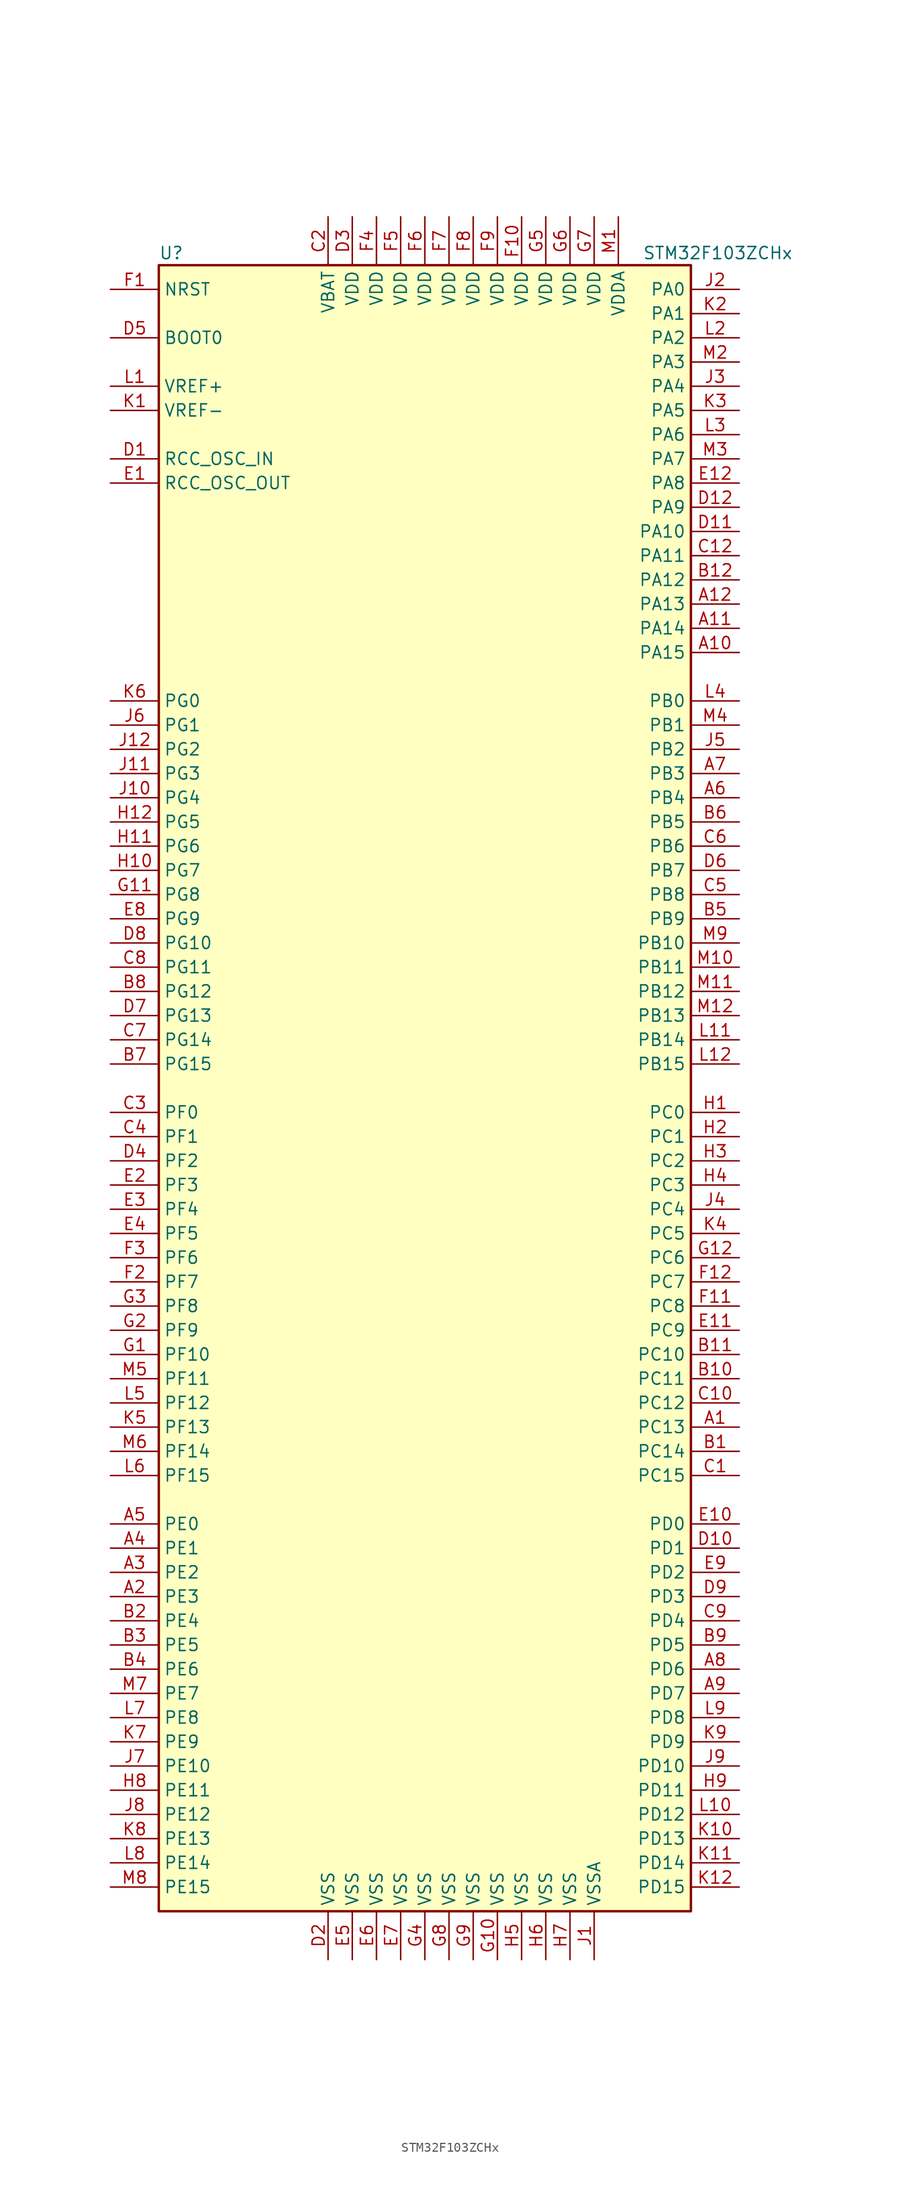
<source format=kicad_sym>
(kicad_symbol_lib
  (version 20211014)
  (generator kicad_symbol_editor)
  (symbol "STM32F103ZCHx"
    (property "Reference" "U"
      (at -27.94 87.63 0)
      (effects (font (size 1.27 1.27)) (justify left)))
    (property "Value" "STM32F103ZCHx"
      (at 22.86 87.63 0)
      (effects (font (size 1.27 1.27)) (justify left)))
    (symbol "STM32F103ZCHx_0_1"
      (rectangle (start -27.94 -86.36) (end 27.94 86.36) (stroke (width 0.254) (type default) (color 0 0 0 0)) (fill (type background))))
    (symbol "STM32F103ZCHx_1_1"
      (pin bidirectional line (at 33.02 -35.56 180) (length 5.08) (name "PC13" (effects (font (size 1.27 1.27)))) (number "A1" (effects (font (size 1.27 1.27)))))
      (pin bidirectional line (at 33.02 45.72 180) (length 5.08) (name "PA15" (effects (font (size 1.27 1.27)))) (number "A10" (effects (font (size 1.27 1.27)))))
      (pin bidirectional line (at 33.02 48.26 180) (length 5.08) (name "PA14" (effects (font (size 1.27 1.27)))) (number "A11" (effects (font (size 1.27 1.27)))))
      (pin bidirectional line (at 33.02 50.8 180) (length 5.08) (name "PA13" (effects (font (size 1.27 1.27)))) (number "A12" (effects (font (size 1.27 1.27)))))
      (pin bidirectional line (at -33.02 -53.34 0) (length 5.08) (name "PE3" (effects (font (size 1.27 1.27)))) (number "A2" (effects (font (size 1.27 1.27)))))
      (pin bidirectional line (at -33.02 -50.8 0) (length 5.08) (name "PE2" (effects (font (size 1.27 1.27)))) (number "A3" (effects (font (size 1.27 1.27)))))
      (pin bidirectional line (at -33.02 -48.26 0) (length 5.08) (name "PE1" (effects (font (size 1.27 1.27)))) (number "A4" (effects (font (size 1.27 1.27)))))
      (pin bidirectional line (at -33.02 -45.72 0) (length 5.08) (name "PE0" (effects (font (size 1.27 1.27)))) (number "A5" (effects (font (size 1.27 1.27)))))
      (pin bidirectional line (at 33.02 30.48 180) (length 5.08) (name "PB4" (effects (font (size 1.27 1.27)))) (number "A6" (effects (font (size 1.27 1.27)))))
      (pin bidirectional line (at 33.02 33.02 180) (length 5.08) (name "PB3" (effects (font (size 1.27 1.27)))) (number "A7" (effects (font (size 1.27 1.27)))))
      (pin bidirectional line (at 33.02 -60.96 180) (length 5.08) (name "PD6" (effects (font (size 1.27 1.27)))) (number "A8" (effects (font (size 1.27 1.27)))))
      (pin bidirectional line (at 33.02 -63.5 180) (length 5.08) (name "PD7" (effects (font (size 1.27 1.27)))) (number "A9" (effects (font (size 1.27 1.27)))))
      (pin bidirectional line (at 33.02 -38.1 180) (length 5.08) (name "PC14" (effects (font (size 1.27 1.27)))) (number "B1" (effects (font (size 1.27 1.27)))))
      (pin bidirectional line (at 33.02 -30.48 180) (length 5.08) (name "PC11" (effects (font (size 1.27 1.27)))) (number "B10" (effects (font (size 1.27 1.27)))))
      (pin bidirectional line (at 33.02 -27.94 180) (length 5.08) (name "PC10" (effects (font (size 1.27 1.27)))) (number "B11" (effects (font (size 1.27 1.27)))))
      (pin bidirectional line (at 33.02 53.34 180) (length 5.08) (name "PA12" (effects (font (size 1.27 1.27)))) (number "B12" (effects (font (size 1.27 1.27)))))
      (pin bidirectional line (at -33.02 -55.88 0) (length 5.08) (name "PE4" (effects (font (size 1.27 1.27)))) (number "B2" (effects (font (size 1.27 1.27)))))
      (pin bidirectional line (at -33.02 -58.42 0) (length 5.08) (name "PE5" (effects (font (size 1.27 1.27)))) (number "B3" (effects (font (size 1.27 1.27)))))
      (pin bidirectional line (at -33.02 -60.96 0) (length 5.08) (name "PE6" (effects (font (size 1.27 1.27)))) (number "B4" (effects (font (size 1.27 1.27)))))
      (pin bidirectional line (at 33.02 17.78 180) (length 5.08) (name "PB9" (effects (font (size 1.27 1.27)))) (number "B5" (effects (font (size 1.27 1.27)))))
      (pin bidirectional line (at 33.02 27.94 180) (length 5.08) (name "PB5" (effects (font (size 1.27 1.27)))) (number "B6" (effects (font (size 1.27 1.27)))))
      (pin bidirectional line (at -33.02 2.54 0) (length 5.08) (name "PG15" (effects (font (size 1.27 1.27)))) (number "B7" (effects (font (size 1.27 1.27)))))
      (pin bidirectional line (at -33.02 10.16 0) (length 5.08) (name "PG12" (effects (font (size 1.27 1.27)))) (number "B8" (effects (font (size 1.27 1.27)))))
      (pin bidirectional line (at 33.02 -58.42 180) (length 5.08) (name "PD5" (effects (font (size 1.27 1.27)))) (number "B9" (effects (font (size 1.27 1.27)))))
      (pin bidirectional line (at 33.02 -40.64 180) (length 5.08) (name "PC15" (effects (font (size 1.27 1.27)))) (number "C1" (effects (font (size 1.27 1.27)))))
      (pin bidirectional line (at 33.02 -33.02 180) (length 5.08) (name "PC12" (effects (font (size 1.27 1.27)))) (number "C10" (effects (font (size 1.27 1.27)))))
      (pin no_connect line (at -27.94 -83.82 0) (length 5.08) hide (name "NC" (effects (font (size 1.27 1.27)))) (number "C11" (effects (font (size 1.27 1.27)))))
      (pin bidirectional line (at 33.02 55.88 180) (length 5.08) (name "PA11" (effects (font (size 1.27 1.27)))) (number "C12" (effects (font (size 1.27 1.27)))))
      (pin power_in line (at -10.16 91.44 270) (length 5.08) (name "VBAT" (effects (font (size 1.27 1.27)))) (number "C2" (effects (font (size 1.27 1.27)))))
      (pin bidirectional line (at -33.02 -2.54 0) (length 5.08) (name "PF0" (effects (font (size 1.27 1.27)))) (number "C3" (effects (font (size 1.27 1.27)))))
      (pin bidirectional line (at -33.02 -5.08 0) (length 5.08) (name "PF1" (effects (font (size 1.27 1.27)))) (number "C4" (effects (font (size 1.27 1.27)))))
      (pin bidirectional line (at 33.02 20.32 180) (length 5.08) (name "PB8" (effects (font (size 1.27 1.27)))) (number "C5" (effects (font (size 1.27 1.27)))))
      (pin bidirectional line (at 33.02 25.4 180) (length 5.08) (name "PB6" (effects (font (size 1.27 1.27)))) (number "C6" (effects (font (size 1.27 1.27)))))
      (pin bidirectional line (at -33.02 5.08 0) (length 5.08) (name "PG14" (effects (font (size 1.27 1.27)))) (number "C7" (effects (font (size 1.27 1.27)))))
      (pin bidirectional line (at -33.02 12.7 0) (length 5.08) (name "PG11" (effects (font (size 1.27 1.27)))) (number "C8" (effects (font (size 1.27 1.27)))))
      (pin bidirectional line (at 33.02 -55.88 180) (length 5.08) (name "PD4" (effects (font (size 1.27 1.27)))) (number "C9" (effects (font (size 1.27 1.27)))))
      (pin input line (at -33.02 66.04 0) (length 5.08) (name "RCC_OSC_IN" (effects (font (size 1.27 1.27)))) (number "D1" (effects (font (size 1.27 1.27)))))
      (pin bidirectional line (at 33.02 -48.26 180) (length 5.08) (name "PD1" (effects (font (size 1.27 1.27)))) (number "D10" (effects (font (size 1.27 1.27)))))
      (pin bidirectional line (at 33.02 58.42 180) (length 5.08) (name "PA10" (effects (font (size 1.27 1.27)))) (number "D11" (effects (font (size 1.27 1.27)))))
      (pin bidirectional line (at 33.02 60.96 180) (length 5.08) (name "PA9" (effects (font (size 1.27 1.27)))) (number "D12" (effects (font (size 1.27 1.27)))))
      (pin power_in line (at -10.16 -91.44 90) (length 5.08) (name "VSS" (effects (font (size 1.27 1.27)))) (number "D2" (effects (font (size 1.27 1.27)))))
      (pin power_in line (at -7.62 91.44 270) (length 5.08) (name "VDD" (effects (font (size 1.27 1.27)))) (number "D3" (effects (font (size 1.27 1.27)))))
      (pin bidirectional line (at -33.02 -7.62 0) (length 5.08) (name "PF2" (effects (font (size 1.27 1.27)))) (number "D4" (effects (font (size 1.27 1.27)))))
      (pin input line (at -33.02 78.74 0) (length 5.08) (name "BOOT0" (effects (font (size 1.27 1.27)))) (number "D5" (effects (font (size 1.27 1.27)))))
      (pin bidirectional line (at 33.02 22.86 180) (length 5.08) (name "PB7" (effects (font (size 1.27 1.27)))) (number "D6" (effects (font (size 1.27 1.27)))))
      (pin bidirectional line (at -33.02 7.62 0) (length 5.08) (name "PG13" (effects (font (size 1.27 1.27)))) (number "D7" (effects (font (size 1.27 1.27)))))
      (pin bidirectional line (at -33.02 15.24 0) (length 5.08) (name "PG10" (effects (font (size 1.27 1.27)))) (number "D8" (effects (font (size 1.27 1.27)))))
      (pin bidirectional line (at 33.02 -53.34 180) (length 5.08) (name "PD3" (effects (font (size 1.27 1.27)))) (number "D9" (effects (font (size 1.27 1.27)))))
      (pin input line (at -33.02 63.5 0) (length 5.08) (name "RCC_OSC_OUT" (effects (font (size 1.27 1.27)))) (number "E1" (effects (font (size 1.27 1.27)))))
      (pin bidirectional line (at 33.02 -45.72 180) (length 5.08) (name "PD0" (effects (font (size 1.27 1.27)))) (number "E10" (effects (font (size 1.27 1.27)))))
      (pin bidirectional line (at 33.02 -25.4 180) (length 5.08) (name "PC9" (effects (font (size 1.27 1.27)))) (number "E11" (effects (font (size 1.27 1.27)))))
      (pin bidirectional line (at 33.02 63.5 180) (length 5.08) (name "PA8" (effects (font (size 1.27 1.27)))) (number "E12" (effects (font (size 1.27 1.27)))))
      (pin bidirectional line (at -33.02 -10.16 0) (length 5.08) (name "PF3" (effects (font (size 1.27 1.27)))) (number "E2" (effects (font (size 1.27 1.27)))))
      (pin bidirectional line (at -33.02 -12.7 0) (length 5.08) (name "PF4" (effects (font (size 1.27 1.27)))) (number "E3" (effects (font (size 1.27 1.27)))))
      (pin bidirectional line (at -33.02 -15.24 0) (length 5.08) (name "PF5" (effects (font (size 1.27 1.27)))) (number "E4" (effects (font (size 1.27 1.27)))))
      (pin power_in line (at -7.62 -91.44 90) (length 5.08) (name "VSS" (effects (font (size 1.27 1.27)))) (number "E5" (effects (font (size 1.27 1.27)))))
      (pin power_in line (at -5.08 -91.44 90) (length 5.08) (name "VSS" (effects (font (size 1.27 1.27)))) (number "E6" (effects (font (size 1.27 1.27)))))
      (pin power_in line (at -2.54 -91.44 90) (length 5.08) (name "VSS" (effects (font (size 1.27 1.27)))) (number "E7" (effects (font (size 1.27 1.27)))))
      (pin bidirectional line (at -33.02 17.78 0) (length 5.08) (name "PG9" (effects (font (size 1.27 1.27)))) (number "E8" (effects (font (size 1.27 1.27)))))
      (pin bidirectional line (at 33.02 -50.8 180) (length 5.08) (name "PD2" (effects (font (size 1.27 1.27)))) (number "E9" (effects (font (size 1.27 1.27)))))
      (pin input line (at -33.02 83.82 0) (length 5.08) (name "NRST" (effects (font (size 1.27 1.27)))) (number "F1" (effects (font (size 1.27 1.27)))))
      (pin power_in line (at 10.16 91.44 270) (length 5.08) (name "VDD" (effects (font (size 1.27 1.27)))) (number "F10" (effects (font (size 1.27 1.27)))))
      (pin bidirectional line (at 33.02 -22.86 180) (length 5.08) (name "PC8" (effects (font (size 1.27 1.27)))) (number "F11" (effects (font (size 1.27 1.27)))))
      (pin bidirectional line (at 33.02 -20.32 180) (length 5.08) (name "PC7" (effects (font (size 1.27 1.27)))) (number "F12" (effects (font (size 1.27 1.27)))))
      (pin bidirectional line (at -33.02 -20.32 0) (length 5.08) (name "PF7" (effects (font (size 1.27 1.27)))) (number "F2" (effects (font (size 1.27 1.27)))))
      (pin bidirectional line (at -33.02 -17.78 0) (length 5.08) (name "PF6" (effects (font (size 1.27 1.27)))) (number "F3" (effects (font (size 1.27 1.27)))))
      (pin power_in line (at -5.08 91.44 270) (length 5.08) (name "VDD" (effects (font (size 1.27 1.27)))) (number "F4" (effects (font (size 1.27 1.27)))))
      (pin power_in line (at -2.54 91.44 270) (length 5.08) (name "VDD" (effects (font (size 1.27 1.27)))) (number "F5" (effects (font (size 1.27 1.27)))))
      (pin power_in line (at 0 91.44 270) (length 5.08) (name "VDD" (effects (font (size 1.27 1.27)))) (number "F6" (effects (font (size 1.27 1.27)))))
      (pin power_in line (at 2.54 91.44 270) (length 5.08) (name "VDD" (effects (font (size 1.27 1.27)))) (number "F7" (effects (font (size 1.27 1.27)))))
      (pin power_in line (at 5.08 91.44 270) (length 5.08) (name "VDD" (effects (font (size 1.27 1.27)))) (number "F8" (effects (font (size 1.27 1.27)))))
      (pin power_in line (at 7.62 91.44 270) (length 5.08) (name "VDD" (effects (font (size 1.27 1.27)))) (number "F9" (effects (font (size 1.27 1.27)))))
      (pin bidirectional line (at -33.02 -27.94 0) (length 5.08) (name "PF10" (effects (font (size 1.27 1.27)))) (number "G1" (effects (font (size 1.27 1.27)))))
      (pin power_in line (at 7.62 -91.44 90) (length 5.08) (name "VSS" (effects (font (size 1.27 1.27)))) (number "G10" (effects (font (size 1.27 1.27)))))
      (pin bidirectional line (at -33.02 20.32 0) (length 5.08) (name "PG8" (effects (font (size 1.27 1.27)))) (number "G11" (effects (font (size 1.27 1.27)))))
      (pin bidirectional line (at 33.02 -17.78 180) (length 5.08) (name "PC6" (effects (font (size 1.27 1.27)))) (number "G12" (effects (font (size 1.27 1.27)))))
      (pin bidirectional line (at -33.02 -25.4 0) (length 5.08) (name "PF9" (effects (font (size 1.27 1.27)))) (number "G2" (effects (font (size 1.27 1.27)))))
      (pin bidirectional line (at -33.02 -22.86 0) (length 5.08) (name "PF8" (effects (font (size 1.27 1.27)))) (number "G3" (effects (font (size 1.27 1.27)))))
      (pin power_in line (at 0 -91.44 90) (length 5.08) (name "VSS" (effects (font (size 1.27 1.27)))) (number "G4" (effects (font (size 1.27 1.27)))))
      (pin power_in line (at 12.7 91.44 270) (length 5.08) (name "VDD" (effects (font (size 1.27 1.27)))) (number "G5" (effects (font (size 1.27 1.27)))))
      (pin power_in line (at 15.24 91.44 270) (length 5.08) (name "VDD" (effects (font (size 1.27 1.27)))) (number "G6" (effects (font (size 1.27 1.27)))))
      (pin power_in line (at 17.78 91.44 270) (length 5.08) (name "VDD" (effects (font (size 1.27 1.27)))) (number "G7" (effects (font (size 1.27 1.27)))))
      (pin power_in line (at 2.54 -91.44 90) (length 5.08) (name "VSS" (effects (font (size 1.27 1.27)))) (number "G8" (effects (font (size 1.27 1.27)))))
      (pin power_in line (at 5.08 -91.44 90) (length 5.08) (name "VSS" (effects (font (size 1.27 1.27)))) (number "G9" (effects (font (size 1.27 1.27)))))
      (pin bidirectional line (at 33.02 -2.54 180) (length 5.08) (name "PC0" (effects (font (size 1.27 1.27)))) (number "H1" (effects (font (size 1.27 1.27)))))
      (pin bidirectional line (at -33.02 22.86 0) (length 5.08) (name "PG7" (effects (font (size 1.27 1.27)))) (number "H10" (effects (font (size 1.27 1.27)))))
      (pin bidirectional line (at -33.02 25.4 0) (length 5.08) (name "PG6" (effects (font (size 1.27 1.27)))) (number "H11" (effects (font (size 1.27 1.27)))))
      (pin bidirectional line (at -33.02 27.94 0) (length 5.08) (name "PG5" (effects (font (size 1.27 1.27)))) (number "H12" (effects (font (size 1.27 1.27)))))
      (pin bidirectional line (at 33.02 -5.08 180) (length 5.08) (name "PC1" (effects (font (size 1.27 1.27)))) (number "H2" (effects (font (size 1.27 1.27)))))
      (pin bidirectional line (at 33.02 -7.62 180) (length 5.08) (name "PC2" (effects (font (size 1.27 1.27)))) (number "H3" (effects (font (size 1.27 1.27)))))
      (pin bidirectional line (at 33.02 -10.16 180) (length 5.08) (name "PC3" (effects (font (size 1.27 1.27)))) (number "H4" (effects (font (size 1.27 1.27)))))
      (pin power_in line (at 10.16 -91.44 90) (length 5.08) (name "VSS" (effects (font (size 1.27 1.27)))) (number "H5" (effects (font (size 1.27 1.27)))))
      (pin power_in line (at 12.7 -91.44 90) (length 5.08) (name "VSS" (effects (font (size 1.27 1.27)))) (number "H6" (effects (font (size 1.27 1.27)))))
      (pin power_in line (at 15.24 -91.44 90) (length 5.08) (name "VSS" (effects (font (size 1.27 1.27)))) (number "H7" (effects (font (size 1.27 1.27)))))
      (pin bidirectional line (at -33.02 -73.66 0) (length 5.08) (name "PE11" (effects (font (size 1.27 1.27)))) (number "H8" (effects (font (size 1.27 1.27)))))
      (pin bidirectional line (at 33.02 -73.66 180) (length 5.08) (name "PD11" (effects (font (size 1.27 1.27)))) (number "H9" (effects (font (size 1.27 1.27)))))
      (pin power_in line (at 17.78 -91.44 90) (length 5.08) (name "VSSA" (effects (font (size 1.27 1.27)))) (number "J1" (effects (font (size 1.27 1.27)))))
      (pin bidirectional line (at -33.02 30.48 0) (length 5.08) (name "PG4" (effects (font (size 1.27 1.27)))) (number "J10" (effects (font (size 1.27 1.27)))))
      (pin bidirectional line (at -33.02 33.02 0) (length 5.08) (name "PG3" (effects (font (size 1.27 1.27)))) (number "J11" (effects (font (size 1.27 1.27)))))
      (pin bidirectional line (at -33.02 35.56 0) (length 5.08) (name "PG2" (effects (font (size 1.27 1.27)))) (number "J12" (effects (font (size 1.27 1.27)))))
      (pin bidirectional line (at 33.02 83.82 180) (length 5.08) (name "PA0" (effects (font (size 1.27 1.27)))) (number "J2" (effects (font (size 1.27 1.27)))))
      (pin bidirectional line (at 33.02 73.66 180) (length 5.08) (name "PA4" (effects (font (size 1.27 1.27)))) (number "J3" (effects (font (size 1.27 1.27)))))
      (pin bidirectional line (at 33.02 -12.7 180) (length 5.08) (name "PC4" (effects (font (size 1.27 1.27)))) (number "J4" (effects (font (size 1.27 1.27)))))
      (pin bidirectional line (at 33.02 35.56 180) (length 5.08) (name "PB2" (effects (font (size 1.27 1.27)))) (number "J5" (effects (font (size 1.27 1.27)))))
      (pin bidirectional line (at -33.02 38.1 0) (length 5.08) (name "PG1" (effects (font (size 1.27 1.27)))) (number "J6" (effects (font (size 1.27 1.27)))))
      (pin bidirectional line (at -33.02 -71.12 0) (length 5.08) (name "PE10" (effects (font (size 1.27 1.27)))) (number "J7" (effects (font (size 1.27 1.27)))))
      (pin bidirectional line (at -33.02 -76.2 0) (length 5.08) (name "PE12" (effects (font (size 1.27 1.27)))) (number "J8" (effects (font (size 1.27 1.27)))))
      (pin bidirectional line (at 33.02 -71.12 180) (length 5.08) (name "PD10" (effects (font (size 1.27 1.27)))) (number "J9" (effects (font (size 1.27 1.27)))))
      (pin power_in line (at -33.02 71.12 0) (length 5.08) (name "VREF-" (effects (font (size 1.27 1.27)))) (number "K1" (effects (font (size 1.27 1.27)))))
      (pin bidirectional line (at 33.02 -78.74 180) (length 5.08) (name "PD13" (effects (font (size 1.27 1.27)))) (number "K10" (effects (font (size 1.27 1.27)))))
      (pin bidirectional line (at 33.02 -81.28 180) (length 5.08) (name "PD14" (effects (font (size 1.27 1.27)))) (number "K11" (effects (font (size 1.27 1.27)))))
      (pin bidirectional line (at 33.02 -83.82 180) (length 5.08) (name "PD15" (effects (font (size 1.27 1.27)))) (number "K12" (effects (font (size 1.27 1.27)))))
      (pin bidirectional line (at 33.02 81.28 180) (length 5.08) (name "PA1" (effects (font (size 1.27 1.27)))) (number "K2" (effects (font (size 1.27 1.27)))))
      (pin bidirectional line (at 33.02 71.12 180) (length 5.08) (name "PA5" (effects (font (size 1.27 1.27)))) (number "K3" (effects (font (size 1.27 1.27)))))
      (pin bidirectional line (at 33.02 -15.24 180) (length 5.08) (name "PC5" (effects (font (size 1.27 1.27)))) (number "K4" (effects (font (size 1.27 1.27)))))
      (pin bidirectional line (at -33.02 -35.56 0) (length 5.08) (name "PF13" (effects (font (size 1.27 1.27)))) (number "K5" (effects (font (size 1.27 1.27)))))
      (pin bidirectional line (at -33.02 40.64 0) (length 5.08) (name "PG0" (effects (font (size 1.27 1.27)))) (number "K6" (effects (font (size 1.27 1.27)))))
      (pin bidirectional line (at -33.02 -68.58 0) (length 5.08) (name "PE9" (effects (font (size 1.27 1.27)))) (number "K7" (effects (font (size 1.27 1.27)))))
      (pin bidirectional line (at -33.02 -78.74 0) (length 5.08) (name "PE13" (effects (font (size 1.27 1.27)))) (number "K8" (effects (font (size 1.27 1.27)))))
      (pin bidirectional line (at 33.02 -68.58 180) (length 5.08) (name "PD9" (effects (font (size 1.27 1.27)))) (number "K9" (effects (font (size 1.27 1.27)))))
      (pin power_in line (at -33.02 73.66 0) (length 5.08) (name "VREF+" (effects (font (size 1.27 1.27)))) (number "L1" (effects (font (size 1.27 1.27)))))
      (pin bidirectional line (at 33.02 -76.2 180) (length 5.08) (name "PD12" (effects (font (size 1.27 1.27)))) (number "L10" (effects (font (size 1.27 1.27)))))
      (pin bidirectional line (at 33.02 5.08 180) (length 5.08) (name "PB14" (effects (font (size 1.27 1.27)))) (number "L11" (effects (font (size 1.27 1.27)))))
      (pin bidirectional line (at 33.02 2.54 180) (length 5.08) (name "PB15" (effects (font (size 1.27 1.27)))) (number "L12" (effects (font (size 1.27 1.27)))))
      (pin bidirectional line (at 33.02 78.74 180) (length 5.08) (name "PA2" (effects (font (size 1.27 1.27)))) (number "L2" (effects (font (size 1.27 1.27)))))
      (pin bidirectional line (at 33.02 68.58 180) (length 5.08) (name "PA6" (effects (font (size 1.27 1.27)))) (number "L3" (effects (font (size 1.27 1.27)))))
      (pin bidirectional line (at 33.02 40.64 180) (length 5.08) (name "PB0" (effects (font (size 1.27 1.27)))) (number "L4" (effects (font (size 1.27 1.27)))))
      (pin bidirectional line (at -33.02 -33.02 0) (length 5.08) (name "PF12" (effects (font (size 1.27 1.27)))) (number "L5" (effects (font (size 1.27 1.27)))))
      (pin bidirectional line (at -33.02 -40.64 0) (length 5.08) (name "PF15" (effects (font (size 1.27 1.27)))) (number "L6" (effects (font (size 1.27 1.27)))))
      (pin bidirectional line (at -33.02 -66.04 0) (length 5.08) (name "PE8" (effects (font (size 1.27 1.27)))) (number "L7" (effects (font (size 1.27 1.27)))))
      (pin bidirectional line (at -33.02 -81.28 0) (length 5.08) (name "PE14" (effects (font (size 1.27 1.27)))) (number "L8" (effects (font (size 1.27 1.27)))))
      (pin bidirectional line (at 33.02 -66.04 180) (length 5.08) (name "PD8" (effects (font (size 1.27 1.27)))) (number "L9" (effects (font (size 1.27 1.27)))))
      (pin power_in line (at 20.32 91.44 270) (length 5.08) (name "VDDA" (effects (font (size 1.27 1.27)))) (number "M1" (effects (font (size 1.27 1.27)))))
      (pin bidirectional line (at 33.02 12.7 180) (length 5.08) (name "PB11" (effects (font (size 1.27 1.27)))) (number "M10" (effects (font (size 1.27 1.27)))))
      (pin bidirectional line (at 33.02 10.16 180) (length 5.08) (name "PB12" (effects (font (size 1.27 1.27)))) (number "M11" (effects (font (size 1.27 1.27)))))
      (pin bidirectional line (at 33.02 7.62 180) (length 5.08) (name "PB13" (effects (font (size 1.27 1.27)))) (number "M12" (effects (font (size 1.27 1.27)))))
      (pin bidirectional line (at 33.02 76.2 180) (length 5.08) (name "PA3" (effects (font (size 1.27 1.27)))) (number "M2" (effects (font (size 1.27 1.27)))))
      (pin bidirectional line (at 33.02 66.04 180) (length 5.08) (name "PA7" (effects (font (size 1.27 1.27)))) (number "M3" (effects (font (size 1.27 1.27)))))
      (pin bidirectional line (at 33.02 38.1 180) (length 5.08) (name "PB1" (effects (font (size 1.27 1.27)))) (number "M4" (effects (font (size 1.27 1.27)))))
      (pin bidirectional line (at -33.02 -30.48 0) (length 5.08) (name "PF11" (effects (font (size 1.27 1.27)))) (number "M5" (effects (font (size 1.27 1.27)))))
      (pin bidirectional line (at -33.02 -38.1 0) (length 5.08) (name "PF14" (effects (font (size 1.27 1.27)))) (number "M6" (effects (font (size 1.27 1.27)))))
      (pin bidirectional line (at -33.02 -63.5 0) (length 5.08) (name "PE7" (effects (font (size 1.27 1.27)))) (number "M7" (effects (font (size 1.27 1.27)))))
      (pin bidirectional line (at -33.02 -83.82 0) (length 5.08) (name "PE15" (effects (font (size 1.27 1.27)))) (number "M8" (effects (font (size 1.27 1.27)))))
      (pin bidirectional line (at 33.02 15.24 180) (length 5.08) (name "PB10" (effects (font (size 1.27 1.27)))) (number "M9" (effects (font (size 1.27 1.27))))))))
</source>
